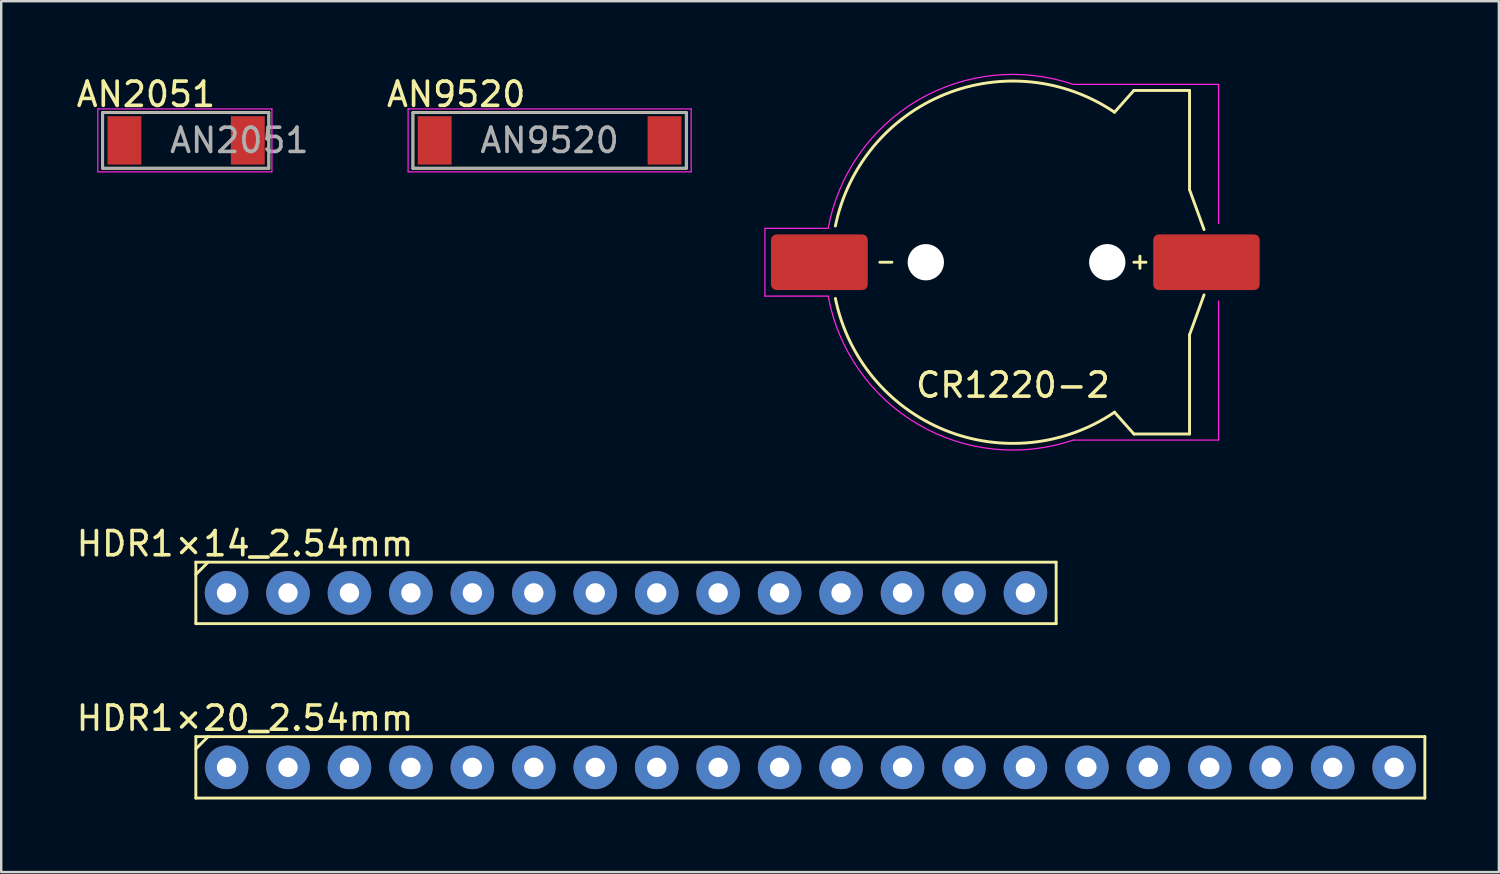
<source format=kicad_pcb>
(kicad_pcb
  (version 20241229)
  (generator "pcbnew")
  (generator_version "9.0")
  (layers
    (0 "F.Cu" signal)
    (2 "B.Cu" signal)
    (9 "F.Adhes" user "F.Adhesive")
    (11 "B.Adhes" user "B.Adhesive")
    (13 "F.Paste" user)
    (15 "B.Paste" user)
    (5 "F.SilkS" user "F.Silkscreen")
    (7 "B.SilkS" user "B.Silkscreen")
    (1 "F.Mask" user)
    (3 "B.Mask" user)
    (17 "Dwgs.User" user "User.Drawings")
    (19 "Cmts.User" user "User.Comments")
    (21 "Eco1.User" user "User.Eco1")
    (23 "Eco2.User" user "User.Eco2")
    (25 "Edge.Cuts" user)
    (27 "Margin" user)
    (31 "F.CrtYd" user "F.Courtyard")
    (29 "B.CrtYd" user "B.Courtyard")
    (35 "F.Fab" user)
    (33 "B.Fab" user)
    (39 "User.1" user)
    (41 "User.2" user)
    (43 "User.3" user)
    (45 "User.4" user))
  (footprint "HDR1×14_2.54mm"
    (layer "F.Cu")
    (at 6.315 21.457)
    (property "Reference" "HDR1×14_2.54mm" (at 0.762 -2.032 0) (layer "F.SilkS") (effects (font (size 1 1) (thickness 0.15))))
    (attr through_hole)
    (fp_line (start -1.27 -1.27) (end -1.27 1.27) (stroke (width 0.12) (type solid)) (layer "F.SilkS"))
    (fp_line (start -1.27 -1.27) (end 34.29 -1.27) (stroke (width 0.12) (type solid)) (layer "F.SilkS"))
    (fp_line (start -1.27 -0.762) (end -0.762 -1.27) (stroke (width 0.12) (type solid)) (layer "F.SilkS"))
    (fp_line (start -1.27 1.27) (end 34.29 1.27) (stroke (width 0.12) (type solid)) (layer "F.SilkS"))
    (fp_line (start 34.29 -1.27) (end 34.29 1.27) (stroke (width 0.12) (type solid)) (layer "F.SilkS"))
    (pad "1" thru_hole circle (at 0 0) (size 1.8 1.8) (drill 0.8) (layers "*.Cu" "*.Mask"))
    (pad "2" thru_hole circle (at 2.54 0) (size 1.8 1.8) (drill 0.8) (layers "*.Cu" "*.Mask"))
    (pad "3" thru_hole circle (at 5.08 0) (size 1.8 1.8) (drill 0.8) (layers "*.Cu" "*.Mask"))
    (pad "4" thru_hole circle (at 7.62 0) (size 1.8 1.8) (drill 0.8) (layers "*.Cu" "*.Mask"))
    (pad "5" thru_hole circle (at 10.16 0) (size 1.8 1.8) (drill 0.8) (layers "*.Cu" "*.Mask"))
    (pad "6" thru_hole circle (at 12.7 0) (size 1.8 1.8) (drill 0.8) (layers "*.Cu" "*.Mask"))
    (pad "7" thru_hole circle (at 15.24 0) (size 1.8 1.8) (drill 0.8) (layers "*.Cu" "*.Mask"))
    (pad "8" thru_hole circle (at 17.78 0) (size 1.8 1.8) (drill 0.8) (layers "*.Cu" "*.Mask"))
    (pad "9" thru_hole circle (at 20.32 0) (size 1.8 1.8) (drill 0.8) (layers "*.Cu" "*.Mask"))
    (pad "10" thru_hole circle (at 22.86 0) (size 1.8 1.8) (drill 0.8) (layers "*.Cu" "*.Mask"))
    (pad "11" thru_hole circle (at 25.4 0) (size 1.8 1.8) (drill 0.8) (layers "*.Cu" "*.Mask"))
    (pad "12" thru_hole circle (at 27.94 0) (size 1.8 1.8) (drill 0.8) (layers "*.Cu" "*.Mask"))
    (pad "13" thru_hole circle (at 30.48 0) (size 1.8 1.8) (drill 0.8) (layers "*.Cu" "*.Mask"))
    (pad "14" thru_hole circle (at 33.02 0) (size 1.8 1.8) (drill 0.8) (layers "*.Cu" "*.Mask")))
  (footprint "AN2051"
    (layer "F.Cu")
    (at 2.093 2.753)
    (property "Reference" "AN2051" (at 0.889 -1.905 0) (layer "F.SilkS") (effects (font (size 1 1) (thickness 0.15))))
    (attr smd)
    (fp_line (start -0.9 -1.15) (end -0.9 1.15) (stroke (width 0.12) (type solid)) (layer "F.SilkS"))
    (fp_line (start -0.9 1.15) (end 5.969 1.15) (stroke (width 0.12) (type solid)) (layer "F.SilkS"))
    (fp_line (start 5.969 -1.15) (end -0.9 -1.15) (stroke (width 0.12) (type solid)) (layer "F.SilkS"))
    (fp_line (start 5.969 1.15) (end 5.969 -1.15) (stroke (width 0.12) (type solid)) (layer "F.SilkS"))
    (fp_line (start -1.1 -1.3) (end -1.1 1.3) (stroke (width 0.05) (type solid)) (layer "F.CrtYd"))
    (fp_line (start -1.1 1.3) (end 6.096 1.3) (stroke (width 0.05) (type solid)) (layer "F.CrtYd"))
    (fp_line (start 6.096 -1.3) (end -1.1 -1.3) (stroke (width 0.05) (type solid)) (layer "F.CrtYd"))
    (fp_line (start 6.096 1.3) (end 6.096 -1.3) (stroke (width 0.05) (type solid)) (layer "F.CrtYd"))
    (fp_line (start -0.9 -1.15) (end 5.969 -1.15) (stroke (width 0.1) (type solid)) (layer "F.Fab"))
    (fp_line (start -0.9 1.15) (end -0.9 -1.15) (stroke (width 0.1) (type solid)) (layer "F.Fab"))
    (fp_line (start 5.969 -1.15) (end 5.969 1.15) (stroke (width 0.1) (type solid)) (layer "F.Fab"))
    (fp_line (start 5.969 1.15) (end -0.9 1.15) (stroke (width 0.1) (type solid)) (layer "F.Fab"))
    (fp_text user "${REFERENCE}" (at 4.75 0 0) (layer "F.Fab") (effects (font (size 1 1) (thickness 0.15))))
    (pad "1" smd rect (at 0 0) (size 1.4 2) (layers "F.Cu" "F.Mask" "F.Paste"))
    (pad "2" smd rect (at 5.1 0) (size 1.4 2) (layers "F.Cu" "F.Mask" "F.Paste")))
  (footprint "CR1220-2"
    (layer "F.Cu")
    (at 38.818 7.789)
    (property "Reference" "CR1220-2" (at 0 5.08 0) (layer "F.SilkS") (effects (font (size 1 1) (thickness 0.15))))
    (attr through_hole)
    (fp_line (start -5.5 0) (end -5 0) (stroke (width 0.12) (type default)) (layer "F.SilkS"))
    (fp_line (start 5 -7.1) (end 4.2 -6.2) (stroke (width 0.12) (type default)) (layer "F.SilkS"))
    (fp_line (start 5 0) (end 5.5 0) (stroke (width 0.12) (type default)) (layer "F.SilkS"))
    (fp_line (start 5 7.1) (end 4.2 6.2) (stroke (width 0.12) (type default)) (layer "F.SilkS"))
    (fp_line (start 5.25 -0.25) (end 5.25 0.25) (stroke (width 0.12) (type default)) (layer "F.SilkS"))
    (fp_line (start 7.3 -7.1) (end 5 -7.1) (stroke (width 0.12) (type default)) (layer "F.SilkS"))
    (fp_line (start 7.3 -7.1) (end 7.3 -3) (stroke (width 0.12) (type default)) (layer "F.SilkS"))
    (fp_line (start 7.3 -3) (end 7.9 -1.35) (stroke (width 0.12) (type default)) (layer "F.SilkS"))
    (fp_line (start 7.3 3) (end 7.3 7.1) (stroke (width 0.12) (type default)) (layer "F.SilkS"))
    (fp_line (start 7.3 3) (end 7.9 1.35) (stroke (width 0.12) (type default)) (layer "F.SilkS"))
    (fp_line (start 7.3 7.1) (end 5 7.1) (stroke (width 0.12) (type default)) (layer "F.SilkS"))
    (fp_arc (start -7.337418 -1.497432) (mid -2.82655 -6.93474) (end 4.2 -6.2) (stroke (width 0.12) (type default)) (layer "F.SilkS"))
    (fp_arc (start 4.199992 6.200005) (mid -2.826554 6.934738) (end -7.337418 1.497432) (stroke (width 0.12) (type default)) (layer "F.SilkS"))
    (fp_line (start -10.25 -1.4) (end -10.25 1.4) (stroke (width 0.05) (type default)) (layer "F.CrtYd"))
    (fp_line (start -10.25 -1.4) (end -7.65 -1.4) (stroke (width 0.05) (type default)) (layer "F.CrtYd"))
    (fp_line (start -10.25 1.4) (end -7.65 1.4) (stroke (width 0.05) (type default)) (layer "F.CrtYd"))
    (fp_line (start 8.5 -7.35) (end 2.5 -7.35) (stroke (width 0.05) (type default)) (layer "F.CrtYd"))
    (fp_line (start 8.5 -1.6) (end 8.5 -7.35) (stroke (width 0.05) (type default)) (layer "F.CrtYd"))
    (fp_line (start 8.5 1.6) (end 8.5 7.35) (stroke (width 0.05) (type default)) (layer "F.CrtYd"))
    (fp_line (start 8.5 7.35) (end 2.5 7.35) (stroke (width 0.05) (type default)) (layer "F.CrtYd"))
    (fp_arc (start -7.636707 -1.397567) (mid -3.931196 -6.694639) (end 2.5 -7.349999) (stroke (width 0.05) (type default)) (layer "F.CrtYd"))
    (fp_arc (start 2.5 7.349999) (mid -3.931196 6.694638) (end -7.636707 1.397567) (stroke (width 0.05) (type default)) (layer "F.CrtYd"))
    (pad "" np_thru_hole circle (at -3.6 0) (size 1.5 1.5) (drill 1.5) (layers "*.Cu" "*.Mask"))
    (pad "" np_thru_hole circle (at 3.9 0) (size 1.5 1.5) (drill 1.5) (layers "*.Cu" "*.Mask"))
    (pad "1" smd roundrect (at -8 0) (size 4 2.3) (layers "F.Cu" "F.Mask" "F.Paste") (roundrect_rratio 0.1))
    (pad "2" smd roundrect (at 8 0) (size 4.4 2.3) (layers "F.Cu" "F.Mask" "F.Paste") (roundrect_rratio 0.1)))
  (footprint "HDR1×20_2.54mm"
    (layer "F.Cu")
    (at 6.315 28.668)
    (property "Reference" "HDR1×20_2.54mm" (at 0.762 -2.032 0) (layer "F.SilkS") (effects (font (size 1 1) (thickness 0.15))))
    (attr through_hole)
    (fp_line (start -1.27 -1.27) (end -1.27 1.27) (stroke (width 0.12) (type solid)) (layer "F.SilkS"))
    (fp_line (start -1.27 -1.27) (end 49.53 -1.27) (stroke (width 0.12) (type solid)) (layer "F.SilkS"))
    (fp_line (start -1.27 -0.762) (end -0.762 -1.27) (stroke (width 0.12) (type solid)) (layer "F.SilkS"))
    (fp_line (start -1.27 1.27) (end 49.53 1.27) (stroke (width 0.12) (type solid)) (layer "F.SilkS"))
    (fp_line (start 49.53 -1.27) (end 49.53 1.27) (stroke (width 0.12) (type solid)) (layer "F.SilkS"))
    (pad "1" thru_hole circle (at 0 0) (size 1.8 1.8) (drill 0.8) (layers "*.Cu" "*.Mask"))
    (pad "2" thru_hole circle (at 2.54 0) (size 1.8 1.8) (drill 0.8) (layers "*.Cu" "*.Mask"))
    (pad "3" thru_hole circle (at 5.08 0) (size 1.8 1.8) (drill 0.8) (layers "*.Cu" "*.Mask"))
    (pad "4" thru_hole circle (at 7.62 0) (size 1.8 1.8) (drill 0.8) (layers "*.Cu" "*.Mask"))
    (pad "5" thru_hole circle (at 10.16 0) (size 1.8 1.8) (drill 0.8) (layers "*.Cu" "*.Mask"))
    (pad "6" thru_hole circle (at 12.7 0) (size 1.8 1.8) (drill 0.8) (layers "*.Cu" "*.Mask"))
    (pad "7" thru_hole circle (at 15.24 0) (size 1.8 1.8) (drill 0.8) (layers "*.Cu" "*.Mask"))
    (pad "8" thru_hole circle (at 17.78 0) (size 1.8 1.8) (drill 0.8) (layers "*.Cu" "*.Mask"))
    (pad "9" thru_hole circle (at 20.32 0) (size 1.8 1.8) (drill 0.8) (layers "*.Cu" "*.Mask"))
    (pad "10" thru_hole circle (at 22.86 0) (size 1.8 1.8) (drill 0.8) (layers "*.Cu" "*.Mask"))
    (pad "11" thru_hole circle (at 25.4 0) (size 1.8 1.8) (drill 0.8) (layers "*.Cu" "*.Mask"))
    (pad "12" thru_hole circle (at 27.94 0) (size 1.8 1.8) (drill 0.8) (layers "*.Cu" "*.Mask"))
    (pad "13" thru_hole circle (at 30.48 0) (size 1.8 1.8) (drill 0.8) (layers "*.Cu" "*.Mask"))
    (pad "14" thru_hole circle (at 33.02 0) (size 1.8 1.8) (drill 0.8) (layers "*.Cu" "*.Mask"))
    (pad "15" thru_hole circle (at 35.56 0) (size 1.8 1.8) (drill 0.8) (layers "*.Cu" "*.Mask"))
    (pad "16" thru_hole circle (at 38.1 0) (size 1.8 1.8) (drill 0.8) (layers "*.Cu" "*.Mask"))
    (pad "17" thru_hole circle (at 40.64 0) (size 1.8 1.8) (drill 0.8) (layers "*.Cu" "*.Mask"))
    (pad "18" thru_hole circle (at 43.18 0) (size 1.8 1.8) (drill 0.8) (layers "*.Cu" "*.Mask"))
    (pad "19" thru_hole circle (at 45.72 0) (size 1.8 1.8) (drill 0.8) (layers "*.Cu" "*.Mask"))
    (pad "20" thru_hole circle (at 48.26 0) (size 1.8 1.8) (drill 0.8) (layers "*.Cu" "*.Mask")))
  (footprint "AN9520"
    (layer "F.Cu")
    (at 14.918 2.753)
    (property "Reference" "AN9520" (at 0.889 -1.905 0) (layer "F.SilkS") (effects (font (size 1 1) (thickness 0.15))))
    (attr smd)
    (fp_line (start -0.9 -1.15) (end -0.9 1.15) (stroke (width 0.12) (type solid)) (layer "F.SilkS"))
    (fp_line (start -0.9 1.15) (end 10.4 1.15) (stroke (width 0.12) (type solid)) (layer "F.SilkS"))
    (fp_line (start 10.4 -1.15) (end -0.9 -1.15) (stroke (width 0.12) (type solid)) (layer "F.SilkS"))
    (fp_line (start 10.4 1.15) (end 10.4 -1.15) (stroke (width 0.12) (type solid)) (layer "F.SilkS"))
    (fp_line (start -1.1 -1.3) (end -1.1 1.3) (stroke (width 0.05) (type solid)) (layer "F.CrtYd"))
    (fp_line (start -1.1 1.3) (end 10.6 1.3) (stroke (width 0.05) (type solid)) (layer "F.CrtYd"))
    (fp_line (start 10.6 -1.3) (end -1.1 -1.3) (stroke (width 0.05) (type solid)) (layer "F.CrtYd"))
    (fp_line (start 10.6 1.3) (end 10.6 -1.3) (stroke (width 0.05) (type solid)) (layer "F.CrtYd"))
    (fp_line (start -0.9 -1.15) (end 10.4 -1.15) (stroke (width 0.1) (type solid)) (layer "F.Fab"))
    (fp_line (start -0.9 1.15) (end -0.9 -1.15) (stroke (width 0.1) (type solid)) (layer "F.Fab"))
    (fp_line (start 10.4 -1.15) (end 10.4 1.15) (stroke (width 0.1) (type solid)) (layer "F.Fab"))
    (fp_line (start 10.4 1.15) (end -0.9 1.15) (stroke (width 0.1) (type solid)) (layer "F.Fab"))
    (fp_text user "${REFERENCE}" (at 4.75 0 0) (layer "F.Fab") (effects (font (size 1 1) (thickness 0.15))))
    (pad "1" smd rect (at 0 0) (size 1.4 2) (layers "F.Cu" "F.Mask" "F.Paste"))
    (pad "2" smd rect (at 9.5 0) (size 1.4 2) (layers "F.Cu" "F.Mask" "F.Paste")))
  (gr_rect
    (start -3 -3)
    (end 58.905 32.998)
    (stroke (width 0.1) (type default))
    (fill no)
    (layer "Edge.Cuts")))
</source>
